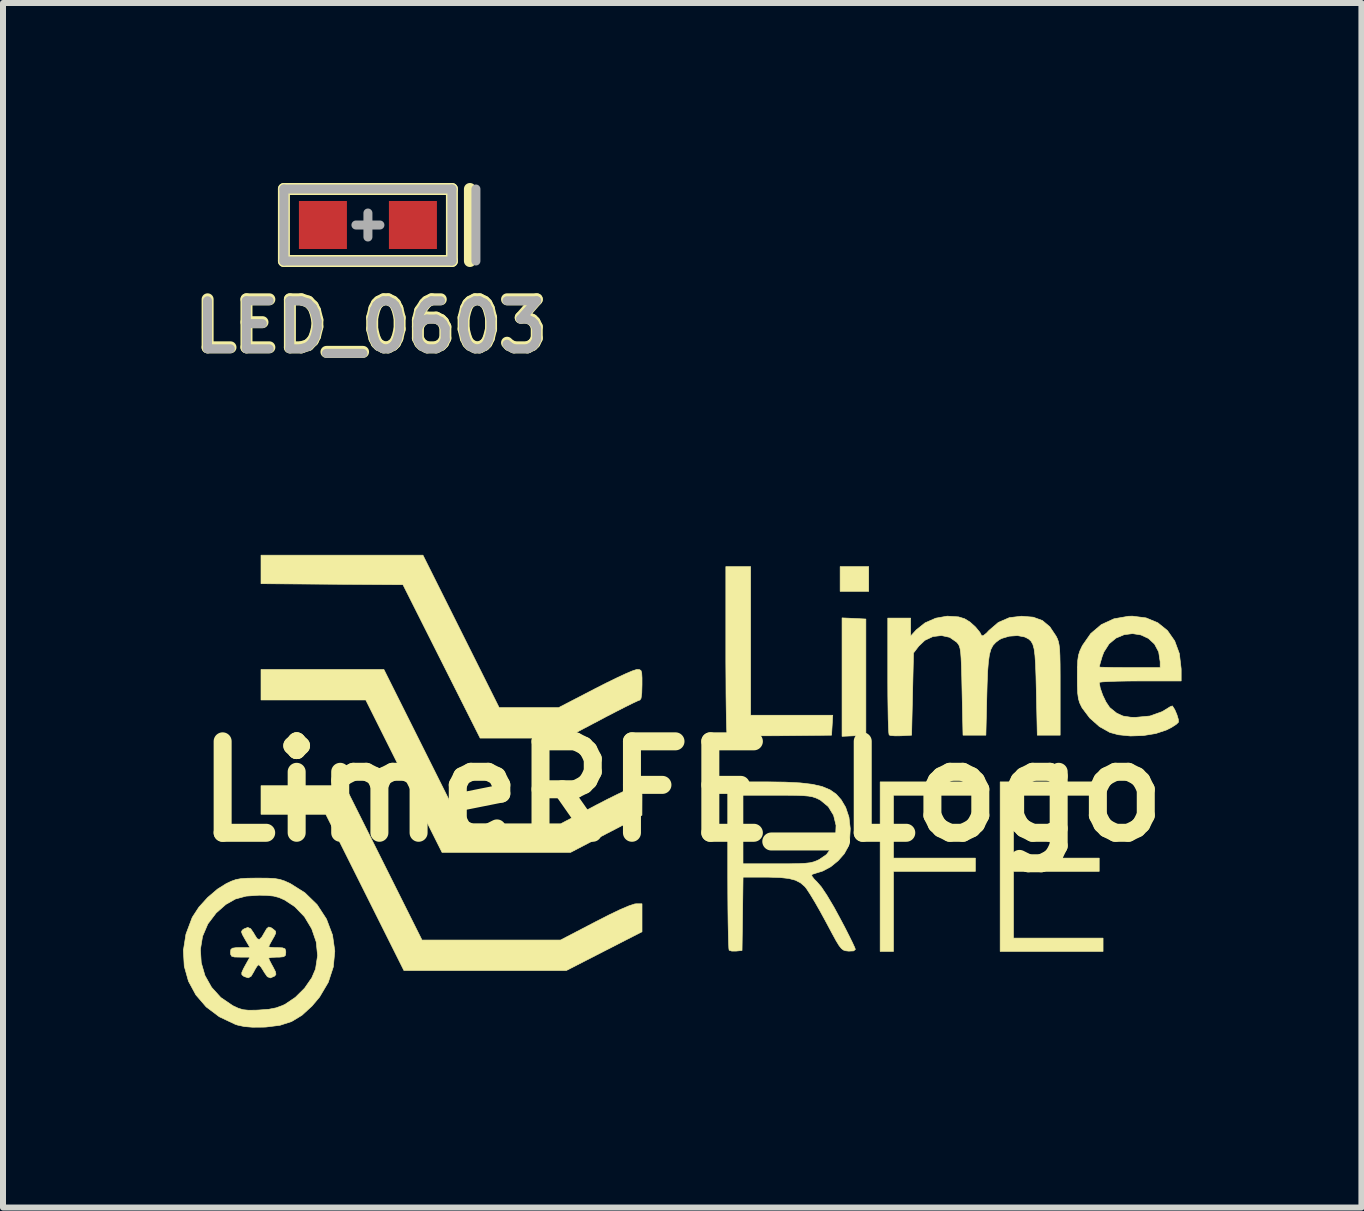
<source format=kicad_pcb>
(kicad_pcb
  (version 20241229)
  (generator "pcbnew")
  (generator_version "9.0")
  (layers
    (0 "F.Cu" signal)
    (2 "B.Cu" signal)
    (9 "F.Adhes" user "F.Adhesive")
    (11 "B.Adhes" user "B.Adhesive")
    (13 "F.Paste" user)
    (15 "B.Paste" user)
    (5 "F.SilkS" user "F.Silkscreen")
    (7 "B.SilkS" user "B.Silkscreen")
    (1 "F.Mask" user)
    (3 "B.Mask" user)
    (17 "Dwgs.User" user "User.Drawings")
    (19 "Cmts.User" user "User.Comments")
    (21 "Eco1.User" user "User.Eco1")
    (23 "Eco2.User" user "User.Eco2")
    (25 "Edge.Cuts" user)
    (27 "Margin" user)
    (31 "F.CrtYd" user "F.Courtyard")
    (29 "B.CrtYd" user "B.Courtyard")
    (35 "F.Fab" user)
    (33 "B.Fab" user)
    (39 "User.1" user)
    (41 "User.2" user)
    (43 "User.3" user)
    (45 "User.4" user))
  (footprint "LimeRFE_Logo"
    (layer "F.Cu")
    (at 8.317 10.14)
    (property "Reference" "LimeRFE_Logo" (at 0 0 0) (layer "F.SilkS") (effects (font (size 1.524 1.524) (thickness 0.3))))
    (attr through_hole)
    (fp_poly (pts (xy 3.111 -3.334) (xy 2.635 -3.334) (xy 2.635 -3.747) (xy 3.111 -3.747) (xy 3.111 -3.334)) (stroke (width 0.01) (type solid)) (fill yes) (layer "F.SilkS"))
    (fp_poly (pts (xy 2.865 -2.883) (xy 3.064 -2.873) (xy 3.064 -0.937) (xy 2.865 -0.927) (xy 2.667 -0.918) (xy 2.667 -2.892) (xy 2.865 -2.883)) (stroke (width 0.01) (type solid)) (fill yes) (layer "F.SilkS"))
    (fp_poly (pts (xy 4.985 0.064) (xy 3.524 0.064) (xy 3.524 1.111) (xy 4.889 1.111) (xy 4.889 1.333) (xy 3.524 1.333) (xy 3.524 2.667) (xy 3.302 2.667) (xy 3.302 -0.159) (xy 4.985 -0.159) (xy 4.985 0.064)) (stroke (width 0.01) (type solid)) (fill yes) (layer "F.SilkS"))
    (fp_poly (pts (xy 7.017 0.064) (xy 5.524 0.064) (xy 5.524 1.111) (xy 6.953 1.111) (xy 6.953 1.333) (xy 5.524 1.333) (xy 5.524 2.445) (xy 7.017 2.445) (xy 7.017 2.667) (xy 5.302 2.667) (xy 5.302 -0.159) (xy 7.017 -0.159) (xy 7.017 0.064)) (stroke (width 0.01) (type solid)) (fill yes) (layer "F.SilkS"))
    (fp_poly (pts (xy -4.334 2.477) (xy -2.025 2.477) (xy -1.445 2.175) (xy -1.214 2.057) (xy -1.026 1.967) (xy -0.884 1.907) (xy -0.791 1.876) (xy -0.766 1.873) (xy -0.667 1.873) (xy -0.667 2.339) (xy -1.298 2.662) (xy -1.928 2.985) (xy -4.635 2.985) (xy -5.286 1.683) (xy -5.937 0.381) (xy -7.017 0.381) (xy -7.017 -0.095) (xy -5.62 -0.095) (xy -4.334 2.477)) (stroke (width 0.01) (type solid)) (fill yes) (layer "F.SilkS"))
    (fp_poly (pts (xy 1.143 -1.27) (xy 2.512 -1.27) (xy 2.502 -1.103) (xy 2.492 -0.937) (xy 1.633 -0.928) (xy 1.405 -0.927) (xy 1.199 -0.927) (xy 1.022 -0.929) (xy 0.883 -0.932) (xy 0.79 -0.936) (xy 0.752 -0.941) (xy 0.752 -0.941) (xy 0.747 -0.977) (xy 0.743 -1.069) (xy 0.739 -1.212) (xy 0.736 -1.398) (xy 0.733 -1.622) (xy 0.732 -1.876) (xy 0.73 -2.155) (xy 0.73 -2.355) (xy 0.73 -3.747) (xy 1.143 -3.747) (xy 1.143 -1.27)) (stroke (width 0.01) (type solid)) (fill yes) (layer "F.SilkS"))
    (fp_poly (pts (xy -3.683 0.54) (xy -2.023 0.54) (xy -1.419 0.222) (xy -1.237 0.128) (xy -1.069 0.045) (xy -0.927 -0.023) (xy -0.818 -0.07) (xy -0.752 -0.094) (xy -0.741 -0.095) (xy -0.704 -0.092) (xy -0.682 -0.073) (xy -0.671 -0.025) (xy -0.667 0.064) (xy -0.667 0.151) (xy -0.668 0.397) (xy -1.263 0.706) (xy -1.857 1.016) (xy -2.929 1.016) (xy -4 1.016) (xy -4.636 -0.254) (xy -5.271 -1.524) (xy -7.017 -1.524) (xy -7.017 -2.032) (xy -4.969 -2.032) (xy -3.683 0.54)) (stroke (width 0.01) (type solid)) (fill yes) (layer "F.SilkS"))
    (fp_poly (pts (xy -3.683 -2.667) (xy -3.048 -1.397) (xy -2.056 -1.397) (xy -1.445 -1.714) (xy -1.26 -1.808) (xy -1.09 -1.891) (xy -0.944 -1.959) (xy -0.832 -2.007) (xy -0.762 -2.03) (xy -0.75 -2.032) (xy -0.709 -2.03) (xy -0.684 -2.014) (xy -0.672 -1.973) (xy -0.667 -1.892) (xy -0.667 -1.778) (xy -0.671 -1.639) (xy -0.683 -1.552) (xy -0.701 -1.524) (xy -0.738 -1.51) (xy -0.823 -1.47) (xy -0.946 -1.409) (xy -1.099 -1.331) (xy -1.273 -1.241) (xy -1.338 -1.206) (xy -1.941 -0.889) (xy -3.365 -0.889) (xy -4.008 -2.167) (xy -4.651 -3.445) (xy -5.834 -3.453) (xy -7.017 -3.462) (xy -7.017 -3.937) (xy -4.318 -3.937) (xy -3.683 -2.667)) (stroke (width 0.01) (type solid)) (fill yes) (layer "F.SilkS"))
    (fp_poly (pts (xy -6.846 2.273) (xy -6.811 2.298) (xy -6.776 2.328) (xy -6.771 2.361) (xy -6.797 2.417) (xy -6.821 2.458) (xy -6.863 2.533) (xy -6.887 2.582) (xy -6.89 2.589) (xy -6.861 2.598) (xy -6.789 2.603) (xy -6.747 2.603) (xy -6.659 2.607) (xy -6.617 2.623) (xy -6.605 2.661) (xy -6.604 2.683) (xy -6.61 2.732) (xy -6.639 2.755) (xy -6.708 2.762) (xy -6.747 2.762) (xy -6.832 2.766) (xy -6.883 2.775) (xy -6.89 2.78) (xy -6.875 2.816) (xy -6.839 2.886) (xy -6.818 2.923) (xy -6.777 3.003) (xy -6.768 3.048) (xy -6.788 3.076) (xy -6.795 3.08) (xy -6.86 3.108) (xy -6.911 3.088) (xy -6.963 3.015) (xy -6.971 3) (xy -7.015 2.93) (xy -7.05 2.892) (xy -7.056 2.889) (xy -7.085 2.915) (xy -7.124 2.979) (xy -7.134 3) (xy -7.182 3.081) (xy -7.23 3.107) (xy -7.295 3.086) (xy -7.308 3.079) (xy -7.336 3.055) (xy -7.338 3.021) (xy -7.311 2.959) (xy -7.282 2.905) (xy -7.202 2.762) (xy -7.363 2.762) (xy -7.459 2.76) (xy -7.506 2.747) (xy -7.523 2.716) (xy -7.525 2.683) (xy -7.52 2.636) (xy -7.494 2.613) (xy -7.431 2.604) (xy -7.363 2.603) (xy -7.201 2.603) (xy -7.281 2.467) (xy -7.327 2.385) (xy -7.343 2.34) (xy -7.329 2.312) (xy -7.299 2.291) (xy -7.238 2.267) (xy -7.189 2.288) (xy -7.138 2.362) (xy -7.127 2.383) (xy -7.082 2.454) (xy -7.044 2.469) (xy -7.002 2.425) (xy -6.967 2.365) (xy -6.922 2.288) (xy -6.888 2.26) (xy -6.846 2.273)) (stroke (width 0.01) (type solid)) (fill yes) (layer "F.SilkS"))
    (fp_poly (pts (xy -6.905 1.446) (xy -6.79 1.452) (xy -6.703 1.467) (xy -6.626 1.492) (xy -6.54 1.531) (xy -6.534 1.533) (xy -6.287 1.688) (xy -6.083 1.886) (xy -5.929 2.122) (xy -5.925 2.129) (xy -5.825 2.394) (xy -5.787 2.661) (xy -5.812 2.925) (xy -5.896 3.182) (xy -6.041 3.427) (xy -6.167 3.577) (xy -6.335 3.731) (xy -6.507 3.835) (xy -6.701 3.898) (xy -6.933 3.927) (xy -6.984 3.929) (xy -7.16 3.93) (xy -7.294 3.919) (xy -7.406 3.895) (xy -7.448 3.881) (xy -7.712 3.756) (xy -7.931 3.591) (xy -8.103 3.391) (xy -8.226 3.163) (xy -8.296 2.914) (xy -8.311 2.651) (xy -8.308 2.634) (xy -8.027 2.634) (xy -8.013 2.855) (xy -7.951 3.069) (xy -7.841 3.265) (xy -7.687 3.435) (xy -7.49 3.569) (xy -7.485 3.572) (xy -7.395 3.614) (xy -7.316 3.638) (xy -7.227 3.647) (xy -7.104 3.646) (xy -7.048 3.643) (xy -6.887 3.631) (xy -6.765 3.607) (xy -6.658 3.568) (xy -6.616 3.548) (xy -6.444 3.432) (xy -6.29 3.279) (xy -6.171 3.107) (xy -6.108 2.96) (xy -6.074 2.736) (xy -6.097 2.508) (xy -6.172 2.289) (xy -6.292 2.089) (xy -6.454 1.921) (xy -6.624 1.809) (xy -6.717 1.768) (xy -6.809 1.744) (xy -6.922 1.733) (xy -7.048 1.73) (xy -7.265 1.745) (xy -7.443 1.793) (xy -7.602 1.883) (xy -7.76 2.022) (xy -7.762 2.023) (xy -7.903 2.209) (xy -7.991 2.415) (xy -8.027 2.634) (xy -8.308 2.634) (xy -8.268 2.379) (xy -8.166 2.107) (xy -8.157 2.09) (xy -8.052 1.929) (xy -7.907 1.769) (xy -7.742 1.628) (xy -7.597 1.537) (xy -7.51 1.496) (xy -7.434 1.469) (xy -7.352 1.454) (xy -7.245 1.447) (xy -7.096 1.445) (xy -7.064 1.445) (xy -6.905 1.446)) (stroke (width 0.01) (type solid)) (fill yes) (layer "F.SilkS"))
    (fp_poly (pts (xy 7.734 -2.892) (xy 7.929 -2.811) (xy 8.09 -2.681) (xy 8.211 -2.508) (xy 8.289 -2.296) (xy 8.318 -2.049) (xy 8.319 -2.026) (xy 8.319 -1.841) (xy 7.636 -1.841) (xy 7.435 -1.84) (xy 7.258 -1.837) (xy 7.113 -1.832) (xy 7.01 -1.826) (xy 6.958 -1.819) (xy 6.953 -1.816) (xy 6.97 -1.722) (xy 7.011 -1.605) (xy 7.066 -1.49) (xy 7.123 -1.405) (xy 7.135 -1.392) (xy 7.243 -1.305) (xy 7.349 -1.256) (xy 7.48 -1.236) (xy 7.557 -1.234) (xy 7.8 -1.257) (xy 8.003 -1.33) (xy 8.074 -1.373) (xy 8.136 -1.412) (xy 8.172 -1.425) (xy 8.173 -1.424) (xy 8.212 -1.363) (xy 8.248 -1.279) (xy 8.272 -1.2) (xy 8.274 -1.154) (xy 8.237 -1.118) (xy 8.16 -1.068) (xy 8.073 -1.024) (xy 7.896 -0.965) (xy 7.688 -0.931) (xy 7.473 -0.924) (xy 7.273 -0.944) (xy 7.13 -0.983) (xy 6.956 -1.081) (xy 6.795 -1.224) (xy 6.669 -1.391) (xy 6.657 -1.413) (xy 6.626 -1.478) (xy 6.606 -1.548) (xy 6.594 -1.639) (xy 6.589 -1.765) (xy 6.588 -1.905) (xy 6.589 -2.067) (xy 6.59 -2.074) (xy 6.953 -2.074) (xy 6.983 -2.07) (xy 7.066 -2.068) (xy 7.191 -2.065) (xy 7.348 -2.064) (xy 7.461 -2.064) (xy 7.969 -2.064) (xy 7.969 -2.16) (xy 7.944 -2.325) (xy 7.875 -2.455) (xy 7.773 -2.55) (xy 7.648 -2.608) (xy 7.509 -2.63) (xy 7.368 -2.612) (xy 7.234 -2.556) (xy 7.118 -2.46) (xy 7.03 -2.322) (xy 7.001 -2.245) (xy 6.974 -2.153) (xy 6.957 -2.09) (xy 6.953 -2.074) (xy 6.59 -2.074) (xy 6.595 -2.183) (xy 6.607 -2.267) (xy 6.629 -2.338) (xy 6.663 -2.411) (xy 6.674 -2.433) (xy 6.812 -2.631) (xy 6.988 -2.78) (xy 7.199 -2.877) (xy 7.44 -2.919) (xy 7.507 -2.921) (xy 7.734 -2.892)) (stroke (width 0.01) (type solid)) (fill yes) (layer "F.SilkS"))
    (fp_poly (pts (xy 4.608 -2.909) (xy 4.709 -2.878) (xy 4.799 -2.823) (xy 4.891 -2.74) (xy 4.964 -2.651) (xy 4.992 -2.597) (xy 5.019 -2.594) (xy 5.074 -2.638) (xy 5.114 -2.681) (xy 5.271 -2.816) (xy 5.455 -2.896) (xy 5.657 -2.92) (xy 5.853 -2.904) (xy 6.006 -2.848) (xy 6.129 -2.745) (xy 6.234 -2.588) (xy 6.234 -2.588) (xy 6.256 -2.544) (xy 6.272 -2.499) (xy 6.284 -2.442) (xy 6.293 -2.366) (xy 6.298 -2.261) (xy 6.301 -2.119) (xy 6.302 -1.93) (xy 6.302 -1.699) (xy 6.302 -0.937) (xy 5.921 -0.937) (xy 5.905 -1.667) (xy 5.899 -1.919) (xy 5.892 -2.116) (xy 5.882 -2.265) (xy 5.868 -2.374) (xy 5.847 -2.45) (xy 5.818 -2.502) (xy 5.78 -2.538) (xy 5.731 -2.565) (xy 5.707 -2.575) (xy 5.591 -2.597) (xy 5.453 -2.587) (xy 5.326 -2.549) (xy 5.286 -2.527) (xy 5.228 -2.483) (xy 5.182 -2.433) (xy 5.148 -2.368) (xy 5.123 -2.279) (xy 5.106 -2.158) (xy 5.093 -1.996) (xy 5.085 -1.786) (xy 5.08 -1.603) (xy 5.064 -0.937) (xy 4.683 -0.937) (xy 4.667 -1.672) (xy 4.662 -1.907) (xy 4.657 -2.087) (xy 4.651 -2.22) (xy 4.644 -2.315) (xy 4.634 -2.38) (xy 4.621 -2.425) (xy 4.603 -2.456) (xy 4.58 -2.484) (xy 4.575 -2.489) (xy 4.461 -2.568) (xy 4.324 -2.598) (xy 4.181 -2.581) (xy 4.047 -2.518) (xy 3.946 -2.422) (xy 3.858 -2.307) (xy 3.842 -1.622) (xy 3.826 -0.937) (xy 3.65 -0.927) (xy 3.549 -0.926) (xy 3.476 -0.932) (xy 3.452 -0.941) (xy 3.446 -0.977) (xy 3.441 -1.069) (xy 3.436 -1.208) (xy 3.433 -1.387) (xy 3.43 -1.598) (xy 3.429 -1.832) (xy 3.429 -1.926) (xy 3.429 -2.889) (xy 3.81 -2.889) (xy 3.81 -2.589) (xy 3.905 -2.693) (xy 4.05 -2.809) (xy 4.228 -2.887) (xy 4.42 -2.921) (xy 4.608 -2.909)) (stroke (width 0.01) (type solid)) (fill yes) (layer "F.SilkS"))
    (fp_poly (pts (xy 1.716 -0.155) (xy 1.97 -0.142) (xy 2.175 -0.118) (xy 2.338 -0.08) (xy 2.467 -0.026) (xy 2.57 0.046) (xy 2.652 0.139) (xy 2.721 0.255) (xy 2.727 0.265) (xy 2.782 0.429) (xy 2.804 0.621) (xy 2.793 0.813) (xy 2.766 0.926) (xy 2.704 1.039) (xy 2.602 1.155) (xy 2.478 1.256) (xy 2.352 1.324) (xy 2.331 1.332) (xy 2.242 1.359) (xy 2.176 1.38) (xy 2.166 1.383) (xy 2.162 1.409) (xy 2.205 1.465) (xy 2.245 1.504) (xy 2.32 1.59) (xy 2.415 1.732) (xy 2.531 1.927) (xy 2.627 2.104) (xy 2.713 2.266) (xy 2.786 2.41) (xy 2.843 2.526) (xy 2.879 2.604) (xy 2.889 2.633) (xy 2.86 2.658) (xy 2.777 2.662) (xy 2.77 2.661) (xy 2.726 2.656) (xy 2.69 2.644) (xy 2.656 2.618) (xy 2.617 2.569) (xy 2.568 2.489) (xy 2.503 2.37) (xy 2.415 2.205) (xy 2.394 2.166) (xy 2.303 1.999) (xy 2.215 1.845) (xy 2.137 1.716) (xy 2.076 1.623) (xy 2.047 1.586) (xy 1.975 1.524) (xy 1.89 1.48) (xy 1.779 1.451) (xy 1.632 1.435) (xy 1.437 1.429) (xy 1.374 1.429) (xy 1.017 1.429) (xy 1.009 2.04) (xy 1 2.651) (xy 0.904 2.661) (xy 0.828 2.661) (xy 0.785 2.647) (xy 0.78 2.612) (xy 0.776 2.519) (xy 0.772 2.376) (xy 0.768 2.19) (xy 0.765 1.966) (xy 0.763 1.711) (xy 0.762 1.433) (xy 0.762 1.233) (xy 0.762 0.064) (xy 1.016 0.064) (xy 1.016 1.206) (xy 1.581 1.206) (xy 1.786 1.206) (xy 1.939 1.204) (xy 2.051 1.198) (xy 2.133 1.189) (xy 2.195 1.174) (xy 2.25 1.153) (xy 2.287 1.135) (xy 2.408 1.052) (xy 2.493 0.935) (xy 2.5 0.922) (xy 2.56 0.745) (xy 2.567 0.566) (xy 2.526 0.398) (xy 2.438 0.254) (xy 2.309 0.147) (xy 2.287 0.135) (xy 2.232 0.109) (xy 2.175 0.09) (xy 2.108 0.078) (xy 2.017 0.07) (xy 1.893 0.065) (xy 1.723 0.064) (xy 1.581 0.064) (xy 1.016 0.064) (xy 0.762 0.064) (xy 0.762 -0.159) (xy 1.406 -0.159) (xy 1.716 -0.155)) (stroke (width 0.01) (type solid)) (fill yes) (layer "F.SilkS")))
  (footprint "LED_0603"
    (layer "F.Cu")
    (at 3.082 0.7)
    (property "Reference" "LED_0603" (at 0.052 1.679 0) (layer "F.SilkS") (effects (font (size 0.8 0.8) (thickness 0.2))))
    (attr through_hole)
    (fp_line (start -1.4 -0.6) (end -1.4 0.6) (stroke (width 0.2) (type solid)) (layer "F.SilkS"))
    (fp_line (start -1.4 0.6) (end 1.4 0.6) (stroke (width 0.2) (type solid)) (layer "F.SilkS"))
    (fp_line (start 1.4 -0.6) (end -1.4 -0.6) (stroke (width 0.2) (type solid)) (layer "F.SilkS"))
    (fp_line (start 1.4 0.6) (end 1.4 -0.6) (stroke (width 0.2) (type solid)) (layer "F.SilkS"))
    (fp_line (start 1.7 -0.6) (end 1.7 0.6) (stroke (width 0.2) (type solid)) (layer "F.SilkS"))
    (fp_line (start -1.4 -0.6) (end 1.4 -0.6) (stroke (width 0.15) (type solid)) (layer "F.Fab"))
    (fp_line (start -1.4 0.6) (end -1.4 -0.6) (stroke (width 0.15) (type solid)) (layer "F.Fab"))
    (fp_line (start -0.2 0) (end 0.2 0) (stroke (width 0.15) (type solid)) (layer "F.Fab"))
    (fp_line (start 0 -0.2) (end 0 0.2) (stroke (width 0.15) (type solid)) (layer "F.Fab"))
    (fp_line (start 1.4 -0.6) (end 1.4 0.6) (stroke (width 0.15) (type solid)) (layer "F.Fab"))
    (fp_line (start 1.4 0.6) (end -1.4 0.6) (stroke (width 0.15) (type solid)) (layer "F.Fab"))
    (fp_line (start 1.8 -0.6) (end 1.8 0.6) (stroke (width 0.15) (type solid)) (layer "F.Fab"))
    (fp_text user "${REFERENCE}" (at 0.05 1.7 0) (layer "F.Fab") (effects (font (size 0.8 0.8) (thickness 0.15))))
    (pad "1" smd rect (at -0.75 0) (size 0.8 0.8) (layers "F.Cu" "F.Mask" "F.Paste"))
    (pad "2" smd rect (at 0.75 0) (size 0.8 0.8) (layers "F.Cu" "F.Mask" "F.Paste")))
  (gr_rect
    (start -3 -3)
    (end 19.64 17.075)
    (stroke (width 0.1) (type default))
    (fill no)
    (layer "Edge.Cuts")))
</source>
